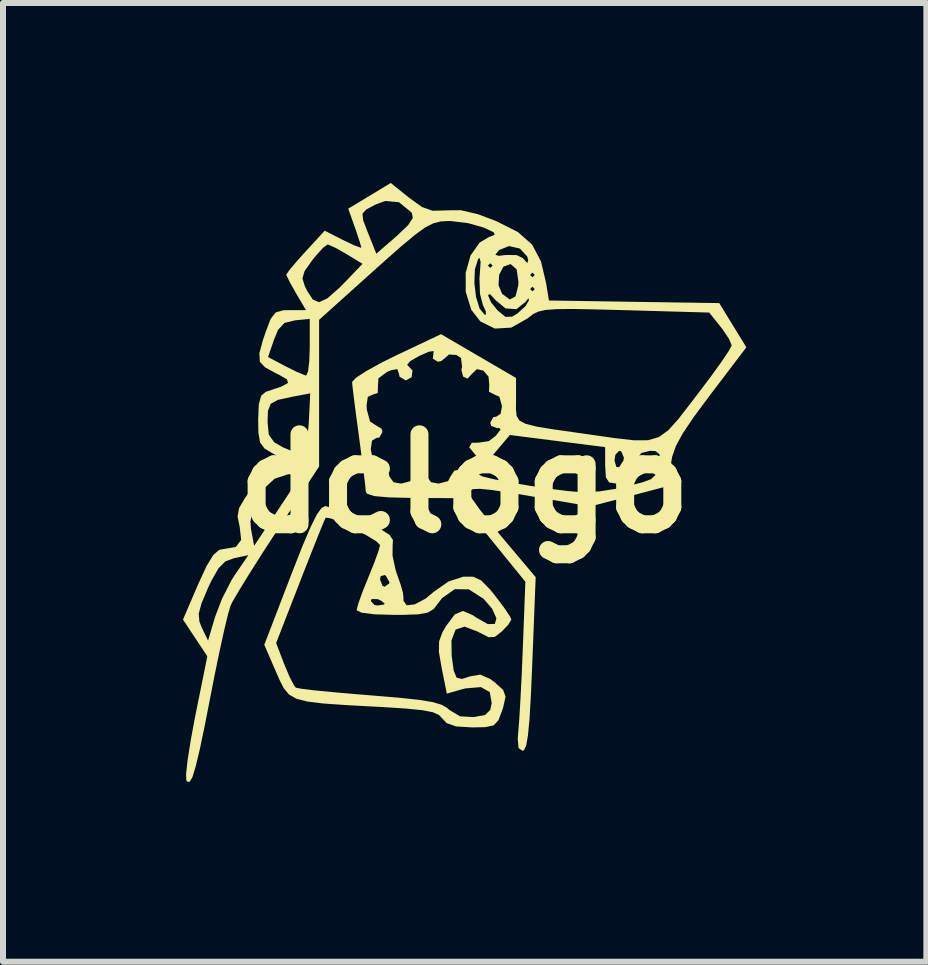
<source format=kicad_pcb>
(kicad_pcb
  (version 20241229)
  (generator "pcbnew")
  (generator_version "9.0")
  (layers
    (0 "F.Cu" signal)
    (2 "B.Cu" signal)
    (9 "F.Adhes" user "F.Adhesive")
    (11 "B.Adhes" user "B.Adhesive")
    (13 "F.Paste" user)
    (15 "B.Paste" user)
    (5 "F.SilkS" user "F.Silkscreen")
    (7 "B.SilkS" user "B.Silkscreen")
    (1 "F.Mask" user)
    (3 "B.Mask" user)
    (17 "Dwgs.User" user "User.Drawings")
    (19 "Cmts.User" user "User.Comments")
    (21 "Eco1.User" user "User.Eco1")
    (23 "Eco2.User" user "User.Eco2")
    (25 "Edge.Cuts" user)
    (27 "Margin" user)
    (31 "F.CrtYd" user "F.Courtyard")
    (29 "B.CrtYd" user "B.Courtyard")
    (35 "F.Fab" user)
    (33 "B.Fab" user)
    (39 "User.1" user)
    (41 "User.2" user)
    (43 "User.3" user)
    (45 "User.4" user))
  (footprint "dclogo"
    (layer "F.Cu")
    (at 4.692 5.011)
    (property "Reference" "dclogo" (at 0 0 0) (layer "F.SilkS") (effects (font (size 1.5 1.5) (thickness 0.3))))
    (attr board_only exclude_from_pos_files exclude_from_bom)
    (fp_poly (pts (xy -2.313 0.375) (xy -2.182 0.417) (xy -1.956 0.506) (xy -1.684 0.623) (xy -1.671 0.63) (xy -1.4 0.758) (xy -1.25 0.854) (xy -1.192 0.939) (xy -1.197 1.023) (xy -1.199 1.199) (xy -1.15 1.432) (xy -1.131 1.492) (xy -1.059 1.698) (xy -1.026 1.815) (xy -1.017 1.902) (xy -1.016 1.954) (xy -0.963 2.029) (xy -0.828 2.013) (xy -0.647 1.916) (xy -0.512 1.804) (xy -0.267 1.632) (xy -0.017 1.551) (xy 0.147 1.552) (xy 0.28 1.615) (xy 0.43 1.769) (xy 0.51 1.868) (xy 0.659 2.065) (xy 0.758 2.213) (xy 0.782 2.265) (xy 0.73 2.353) (xy 0.622 2.465) (xy 0.505 2.556) (xy 0.404 2.561) (xy 0.248 2.482) (xy 0.228 2.47) (xy 0.002 2.384) (xy -0.147 2.433) (xy -0.217 2.615) (xy -0.213 2.873) (xy -0.179 3.118) (xy -0.13 3.236) (xy -0.042 3.256) (xy 0.094 3.213) (xy 0.262 3.184) (xy 0.427 3.255) (xy 0.506 3.314) (xy 0.645 3.439) (xy 0.685 3.553) (xy 0.646 3.726) (xy 0.63 3.776) (xy 0.566 3.945) (xy 0.487 4.03) (xy 0.343 4.06) (xy 0.13 4.064) (xy -0.138 4.048) (xy -0.295 3.993) (xy -0.366 3.919) (xy -0.424 3.857) (xy -0.527 3.811) (xy -0.702 3.777) (xy -0.974 3.75) (xy -1.371 3.724) (xy -1.459 3.72) (xy -1.97 3.692) (xy -2.348 3.666) (xy -2.617 3.633) (xy -2.802 3.586) (xy -2.925 3.515) (xy -3.011 3.413) (xy -3.083 3.272) (xy -3.143 3.134) (xy -3.337 2.686) (xy -3.325 2.657) (xy -3.139 2.657) (xy -3.004 3.011) (xy -2.913 3.226) (xy -2.836 3.371) (xy -2.81 3.402) (xy -2.716 3.42) (xy -2.494 3.447) (xy -2.173 3.478) (xy -1.782 3.512) (xy -1.572 3.529) (xy -1.102 3.568) (xy -0.763 3.604) (xy -0.531 3.642) (xy -0.381 3.686) (xy -0.287 3.74) (xy -0.259 3.768) (xy -0.075 3.879) (xy 0.152 3.892) (xy 0.344 3.857) (xy 0.43 3.772) (xy 0.454 3.66) (xy 0.422 3.475) (xy 0.274 3.392) (xy 0.015 3.414) (xy -0.051 3.431) (xy -0.294 3.501) (xy -0.381 3.068) (xy -0.426 2.805) (xy -0.423 2.63) (xy -0.366 2.476) (xy -0.306 2.373) (xy -0.16 2.179) (xy -0.025 2.123) (xy 0.139 2.193) (xy 0.191 2.23) (xy 0.389 2.342) (xy 0.506 2.339) (xy 0.533 2.245) (xy 0.46 2.084) (xy 0.318 1.92) (xy 0.073 1.763) (xy -0.162 1.76) (xy -0.374 1.909) (xy -0.438 1.994) (xy -0.514 2.092) (xy -0.612 2.15) (xy -0.769 2.179) (xy -1.025 2.188) (xy -1.181 2.188) (xy -1.499 2.179) (xy -1.713 2.152) (xy -1.797 2.111) (xy -1.798 2.108) (xy -1.769 1.998) (xy -1.754 1.956) (xy -1.563 1.956) (xy -1.5 2.023) (xy -1.446 2.032) (xy -1.342 2.015) (xy -1.329 2.001) (xy -1.39 1.951) (xy -1.446 1.926) (xy -1.546 1.924) (xy -1.563 1.956) (xy -1.754 1.956) (xy -1.695 1.792) (xy -1.616 1.598) (xy -1.407 1.598) (xy -1.366 1.704) (xy -1.329 1.719) (xy -1.253 1.663) (xy -1.25 1.646) (xy -1.307 1.54) (xy -1.329 1.524) (xy -1.396 1.542) (xy -1.407 1.598) (xy -1.616 1.598) (xy -1.602 1.563) (xy -1.501 1.312) (xy -1.43 1.115) (xy -1.407 1.024) (xy -1.47 0.962) (xy -1.63 0.864) (xy -1.84 0.752) (xy -2.055 0.65) (xy -2.228 0.58) (xy -2.312 0.567) (xy -2.313 0.567) (xy -2.348 0.644) (xy -2.428 0.841) (xy -2.543 1.129) (xy -2.683 1.484) (xy -2.737 1.624) (xy -3.139 2.657) (xy -3.325 2.657) (xy -2.888 1.519) (xy -2.707 1.058) (xy -2.567 0.729) (xy -2.461 0.516) (xy -2.38 0.403) (xy -2.316 0.374)) (stroke (width 0) (type solid)) (fill yes) (layer "F.SilkS"))
    (fp_poly (pts (xy -0.92 -4.763) (xy -0.707 -4.61) (xy -0.532 -4.548) (xy -0.326 -4.553) (xy -0.305 -4.555) (xy -0.061 -4.557) (xy 0.223 -4.491) (xy 0.528 -4.376) (xy 0.89 -4.194) (xy 1.129 -3.982) (xy 1.276 -3.702) (xy 1.361 -3.343) (xy 1.408 -3.052) (xy 2.827 -3.03) (xy 4.246 -3.009) (xy 4.473 -2.64) (xy 4.699 -2.272) (xy 4.088 -1.468) (xy 3.821 -1.108) (xy 3.639 -0.838) (xy 3.525 -0.628) (xy 3.462 -0.448) (xy 3.439 -0.313) (xy 3.4 0.039) (xy 2.749 0.21) (xy 2.099 0.38) (xy 1.225 0.23) (xy 0.779 0.155) (xy 0.465 0.108) (xy 0.26 0.087) (xy 0.142 0.092) (xy 0.089 0.12) (xy 0.078 0.161) (xy 0.126 0.251) (xy 0.255 0.432) (xy 0.445 0.675) (xy 0.633 0.902) (xy 1.187 1.56) (xy 1.13 3.008) (xy 1.107 3.538) (xy 1.084 3.93) (xy 1.058 4.2) (xy 1.029 4.365) (xy 0.993 4.443) (xy 0.968 4.455) (xy 0.902 4.408) (xy 0.888 4.249) (xy 0.898 4.123) (xy 0.914 3.92) (xy 0.933 3.602) (xy 0.953 3.209) (xy 0.971 2.784) (xy 0.974 2.713) (xy 1.015 1.636) (xy 0.449 0.939) (xy -0.117 0.243) (xy -0.879 0.239) (xy -1.26 0.23) (xy -1.502 0.208) (xy -1.623 0.17) (xy -1.644 0.137) (xy -1.655 0.022) (xy -1.683 -0.21) (xy -1.724 -0.523) (xy -1.758 -0.782) (xy -1.805 -1.129) (xy -1.827 -1.301) (xy -1.632 -1.301) (xy -1.627 -1.231) (xy -1.574 -1.036) (xy -1.485 -0.977) (xy -1.381 -0.914) (xy -1.368 -0.86) (xy -1.419 -0.767) (xy -1.465 -0.762) (xy -1.541 -0.716) (xy -1.562 -0.571) (xy -1.522 -0.377) (xy -1.516 -0.358) (xy -1.419 -0.25) (xy -1.359 -0.234) (xy -1.263 -0.172) (xy -1.25 -0.117) (xy -1.183 -0.023) (xy -1.055 0) (xy -0.898 -0.041) (xy -0.86 -0.117) (xy -0.797 -0.221) (xy -0.742 -0.234) (xy -0.639 -0.172) (xy -0.625 -0.117) (xy -0.557 -0.023) (xy -0.43 0) (xy -0.273 -0.041) (xy -0.234 -0.117) (xy -0.212 -0.15) (xy 0.236 -0.15) (xy 0.306 -0.118) (xy 0.496 -0.072) (xy 0.768 -0.019) (xy 1.086 0.036) (xy 1.414 0.085) (xy 1.715 0.123) (xy 1.953 0.144) (xy 1.993 0.145) (xy 2.256 0.129) (xy 2.572 0.079) (xy 2.724 0.043) (xy 2.972 -0.023) (xy 3.11 -0.074) (xy 3.177 -0.137) (xy 3.213 -0.241) (xy 3.234 -0.332) (xy 3.254 -0.486) (xy 3.188 -0.541) (xy 3.095 -0.547) (xy 2.948 -0.51) (xy 2.85 -0.372) (xy 2.814 -0.274) (xy 2.724 -0.081) (xy 2.602 -0.006) (xy 2.534 0) (xy 2.411 -0.019) (xy 2.357 -0.105) (xy 2.345 -0.301) (xy 2.345 -0.304) (xy 2.345 -0.386) (xy 2.501 -0.386) (xy 2.531 -0.278) (xy 2.579 -0.274) (xy 2.651 -0.387) (xy 2.657 -0.434) (xy 2.614 -0.535) (xy 2.579 -0.547) (xy 2.516 -0.481) (xy 2.501 -0.386) (xy 2.345 -0.386) (xy 2.345 -0.608) (xy 1.551 -0.709) (xy 0.757 -0.81) (xy 0.497 -0.503) (xy 0.349 -0.32) (xy 0.254 -0.188) (xy 0.236 -0.15) (xy -0.212 -0.15) (xy -0.17 -0.214) (xy -0.088 -0.234) (xy 0.061 -0.275) (xy 0.169 -0.367) (xy 0.194 -0.466) (xy 0.16 -0.506) (xy 0.079 -0.606) (xy 0.122 -0.681) (xy 0.23 -0.682) (xy 0.407 -0.708) (xy 0.521 -0.796) (xy 0.604 -0.904) (xy 0.574 -0.929) (xy 0.545 -0.924) (xy 0.445 -0.962) (xy 0.43 -1.016) (xy 0.481 -1.109) (xy 0.528 -1.114) (xy 0.603 -1.164) (xy 0.625 -1.29) (xy 0.582 -1.449) (xy 0.499 -1.485) (xy 0.408 -1.532) (xy 0.414 -1.642) (xy 0.401 -1.783) (xy 0.315 -1.883) (xy 0.207 -1.908) (xy 0.126 -1.83) (xy 0.052 -1.75) (xy -0.023 -1.784) (xy -0.051 -1.896) (xy -0.04 -1.951) (xy -0.058 -2.093) (xy -0.133 -2.144) (xy -0.259 -2.152) (xy -0.298 -2.115) (xy -0.389 -2.041) (xy -0.445 -2.032) (xy -0.528 -2.083) (xy -0.52 -2.146) (xy -0.514 -2.209) (xy -0.592 -2.199) (xy -0.752 -2.129) (xy -0.905 -2.041) (xy -0.956 -1.98) (xy -0.944 -1.969) (xy -0.866 -1.885) (xy -0.881 -1.774) (xy -0.977 -1.719) (xy -1.081 -1.781) (xy -1.094 -1.835) (xy -1.119 -1.908) (xy -1.221 -1.891) (xy -1.291 -1.861) (xy -1.434 -1.755) (xy -1.442 -1.628) (xy -1.445 -1.51) (xy -1.524 -1.485) (xy -1.611 -1.445) (xy -1.632 -1.301) (xy -1.827 -1.301) (xy -1.843 -1.423) (xy -1.867 -1.625) (xy -1.873 -1.695) (xy -1.808 -1.765) (xy -1.629 -1.88) (xy -1.367 -2.024) (xy -1.134 -2.139) (xy -0.391 -2.491) (xy 0.234 -2.126) (xy 0.86 -1.761) (xy 0.86 -1.39) (xy 0.858 -1.239) (xy 0.869 -1.13) (xy 0.914 -1.053) (xy 1.017 -0.997) (xy 1.199 -0.951) (xy 1.483 -0.904) (xy 1.892 -0.846) (xy 2.054 -0.823) (xy 2.501 -0.759) (xy 2.825 -0.722) (xy 3.061 -0.723) (xy 3.241 -0.776) (xy 3.399 -0.89) (xy 3.568 -1.079) (xy 3.781 -1.354) (xy 3.866 -1.465) (xy 4.092 -1.764) (xy 4.278 -2.021) (xy 4.405 -2.21) (xy 4.454 -2.304) (xy 4.454 -2.306) (xy 4.409 -2.413) (xy 4.297 -2.579) (xy 4.267 -2.617) (xy 4.08 -2.851) (xy 2.67 -2.891) (xy 2.168 -2.904) (xy 1.798 -2.911) (xy 1.535 -2.908) (xy 1.355 -2.895) (xy 1.234 -2.868) (xy 1.147 -2.827) (xy 1.07 -2.768) (xy 1.055 -2.755) (xy 0.781 -2.6) (xy 0.506 -2.584) (xy 0.264 -2.704) (xy 0.114 -2.897) (xy 0.021 -3.196) (xy 0.021 -3.346) (xy 0.165 -3.346) (xy 0.193 -3.11) (xy 0.252 -2.918) (xy 0.334 -2.818) (xy 0.357 -2.814) (xy 0.356 -2.871) (xy 0.306 -2.981) (xy 0.264 -3.144) (xy 0.391 -3.144) (xy 0.442 -3.023) (xy 0.553 -2.886) (xy 0.684 -2.779) (xy 0.794 -2.783) (xy 0.881 -2.834) (xy 1.019 -2.96) (xy 1.075 -3.055) (xy 1.066 -3.091) (xy 1.017 -3.028) (xy 0.867 -2.908) (xy 0.684 -2.92) (xy 0.516 -3.06) (xy 0.512 -3.065) (xy 0.426 -3.16) (xy 0.391 -3.144) (xy 0.264 -3.144) (xy 0.259 -3.165) (xy 0.254 -3.306) (xy 0.568 -3.306) (xy 0.628 -3.162) (xy 0.756 -3.069) (xy 0.851 -3.12) (xy 0.882 -3.243) (xy 1.094 -3.243) (xy 1.133 -3.204) (xy 1.172 -3.243) (xy 1.133 -3.282) (xy 1.094 -3.243) (xy 0.882 -3.243) (xy 0.897 -3.303) (xy 0.899 -3.366) (xy 0.883 -3.478) (xy 1.094 -3.478) (xy 1.133 -3.439) (xy 1.172 -3.478) (xy 1.133 -3.517) (xy 1.094 -3.478) (xy 0.883 -3.478) (xy 0.87 -3.571) (xy 0.774 -3.656) (xy 0.765 -3.658) (xy 0.649 -3.616) (xy 0.578 -3.48) (xy 0.568 -3.306) (xy 0.254 -3.306) (xy 0.25 -3.419) (xy 0.256 -3.5) (xy 0.265 -3.634) (xy 0.391 -3.634) (xy 0.43 -3.595) (xy 0.469 -3.634) (xy 0.43 -3.673) (xy 0.391 -3.634) (xy 0.265 -3.634) (xy 0.269 -3.698) (xy 0.249 -3.764) (xy 0.227 -3.742) (xy 0.174 -3.573) (xy 0.165 -3.346) (xy 0.021 -3.346) (xy 0.02 -3.512) (xy 0.101 -3.801) (xy 0.11 -3.814) (xy 0.515 -3.814) (xy 0.573 -3.797) (xy 0.69 -3.811) (xy 0.87 -3.809) (xy 0.972 -3.759) (xy 1.048 -3.676) (xy 1.063 -3.729) (xy 1.045 -3.787) (xy 0.924 -3.918) (xy 0.743 -3.959) (xy 0.578 -3.894) (xy 0.574 -3.89) (xy 0.515 -3.814) (xy 0.11 -3.814) (xy 0.253 -4.018) (xy 0.403 -4.107) (xy 0.503 -4.148) (xy 0.486 -4.19) (xy 0.338 -4.26) (xy 0.317 -4.269) (xy 0.063 -4.341) (xy -0.225 -4.376) (xy -0.265 -4.377) (xy -0.396 -4.37) (xy -0.518 -4.339) (xy -0.654 -4.27) (xy -0.826 -4.145) (xy -1.059 -3.951) (xy -1.376 -3.671) (xy -1.507 -3.553) (xy -2.423 -2.73) (xy -2.423 -1.507) (xy -2.423 -0.285) (xy -3.119 0.776) (xy -3.362 1.15) (xy -3.578 1.491) (xy -3.752 1.773) (xy -3.866 1.968) (xy -3.898 2.032) (xy -3.94 2.174) (xy -4.004 2.438) (xy -4.082 2.794) (xy -4.168 3.21) (xy -4.22 3.478) (xy -4.327 4.024) (xy -4.412 4.431) (xy -4.48 4.714) (xy -4.533 4.889) (xy -4.578 4.969) (xy -4.617 4.97) (xy -4.636 4.947) (xy -4.64 4.843) (xy -4.616 4.617) (xy -4.567 4.302) (xy -4.498 3.929) (xy -4.487 3.871) (xy -4.286 2.879) (xy -4.489 2.573) (xy -4.692 2.266) (xy -4.65 2.169) (xy -4.43 2.169) (xy -4.418 2.3) (xy -4.376 2.405) (xy -4.274 2.618) (xy -4.159 2.227) (xy -4.041 1.918) (xy -3.882 1.608) (xy -3.823 1.515) (xy -3.602 1.193) (xy -3.836 1.242) (xy -3.983 1.295) (xy -4.1 1.411) (xy -4.221 1.625) (xy -4.275 1.74) (xy -4.384 1.999) (xy -4.43 2.169) (xy -4.65 2.169) (xy -4.44 1.68) (xy -4.298 1.372) (xy -4.186 1.189) (xy -4.088 1.105) (xy -4.028 1.093) (xy -3.811 1.056) (xy -3.722 0.938) (xy -3.747 0.719) (xy -3.749 0.71) (xy -3.765 0.631) (xy -3.568 0.631) (xy -3.558 0.757) (xy -3.506 1.037) (xy -3.251 0.655) (xy -3.083 0.402) (xy -2.928 0.167) (xy -2.856 0.059) (xy -2.717 -0.156) (xy -2.941 -0.155) (xy -3.164 -0.082) (xy -3.363 0.102) (xy -3.507 0.355) (xy -3.568 0.631) (xy -3.765 0.631) (xy -3.782 0.548) (xy -3.757 0.409) (xy -3.658 0.239) (xy -3.548 0.089) (xy -3.367 -0.118) (xy -3.194 -0.268) (xy -3.101 -0.318) (xy -3.002 -0.353) (xy -3.015 -0.398) (xy -3.154 -0.48) (xy -3.185 -0.496) (xy -3.331 -0.584) (xy -3.407 -0.685) (xy -3.435 -0.85) (xy -3.438 -1.026) (xy -3.282 -1.026) (xy -3.262 -0.816) (xy -3.171 -0.689) (xy -3.028 -0.606) (xy -2.84 -0.527) (xy -2.708 -0.498) (xy -2.696 -0.5) (xy -2.652 -0.582) (xy -2.615 -0.777) (xy -2.595 -1.012) (xy -2.571 -1.504) (xy -2.868 -1.448) (xy -3.107 -1.396) (xy -3.23 -1.33) (xy -3.276 -1.211) (xy -3.282 -1.026) (xy -3.438 -1.026) (xy -3.439 -1.06) (xy -3.428 -1.322) (xy -3.388 -1.467) (xy -3.309 -1.531) (xy -3.302 -1.533) (xy -3.052 -1.617) (xy -2.941 -1.678) (xy -2.959 -1.738) (xy -3.096 -1.817) (xy -3.146 -1.841) (xy -3.323 -1.937) (xy -3.411 -2.032) (xy -3.415 -2.11) (xy -3.274 -2.11) (xy -2.985 -1.957) (xy -2.792 -1.861) (xy -2.659 -1.806) (xy -2.638 -1.801) (xy -2.607 -1.87) (xy -2.586 -2.053) (xy -2.579 -2.271) (xy -2.579 -2.745) (xy -2.826 -2.721) (xy -3.001 -2.678) (xy -3.107 -2.563) (xy -3.173 -2.403) (xy -3.274 -2.11) (xy -3.415 -2.11) (xy -3.419 -2.172) (xy -3.358 -2.397) (xy -3.314 -2.526) (xy -3.231 -2.745) (xy -3.147 -2.853) (xy -3.022 -2.889) (xy -2.916 -2.892) (xy -2.642 -2.892) (xy -2.806 -3.17) (xy -2.908 -3.351) (xy -2.942 -3.421) (xy -2.701 -3.421) (xy -2.66 -3.288) (xy -2.62 -3.209) (xy -2.527 -3.067) (xy -2.423 -3.024) (xy -2.286 -3.087) (xy -2.088 -3.261) (xy -1.963 -3.388) (xy -1.699 -3.663) (xy -1.963 -3.824) (xy -2.144 -3.927) (xy -2.266 -3.982) (xy -2.282 -3.986) (xy -2.359 -3.929) (xy -2.486 -3.787) (xy -2.541 -3.718) (xy -2.665 -3.542) (xy -2.701 -3.421) (xy -2.942 -3.421) (xy -2.965 -3.468) (xy -2.97 -3.484) (xy -2.921 -3.556) (xy -2.794 -3.707) (xy -2.649 -3.868) (xy -2.329 -4.216) (xy -2.024 -4.06) (xy -1.841 -3.973) (xy -1.732 -3.933) (xy -1.719 -3.935) (xy -1.743 -4.021) (xy -1.802 -4.2) (xy -1.828 -4.275) (xy -1.908 -4.5) (xy -1.7 -4.5) (xy -1.689 -4.391) (xy -1.614 -4.194) (xy -1.594 -4.145) (xy -1.469 -3.832) (xy -1.133 -4.124) (xy -0.939 -4.308) (xy -0.86 -4.431) (xy -0.88 -4.518) (xy -1.091 -4.69) (xy -1.323 -4.711) (xy -1.484 -4.651) (xy -1.635 -4.57) (xy -1.7 -4.5) (xy -1.908 -4.5) (xy -1.937 -4.583) (xy -1.583 -4.797) (xy -1.229 -5.011)) (stroke (width 0) (type solid)) (fill yes) (layer "F.SilkS")))
  (gr_rect
    (start -3 -3)
    (end 12.391 12.981)
    (stroke (width 0.1) (type default))
    (fill no)
    (layer "Edge.Cuts")))
</source>
